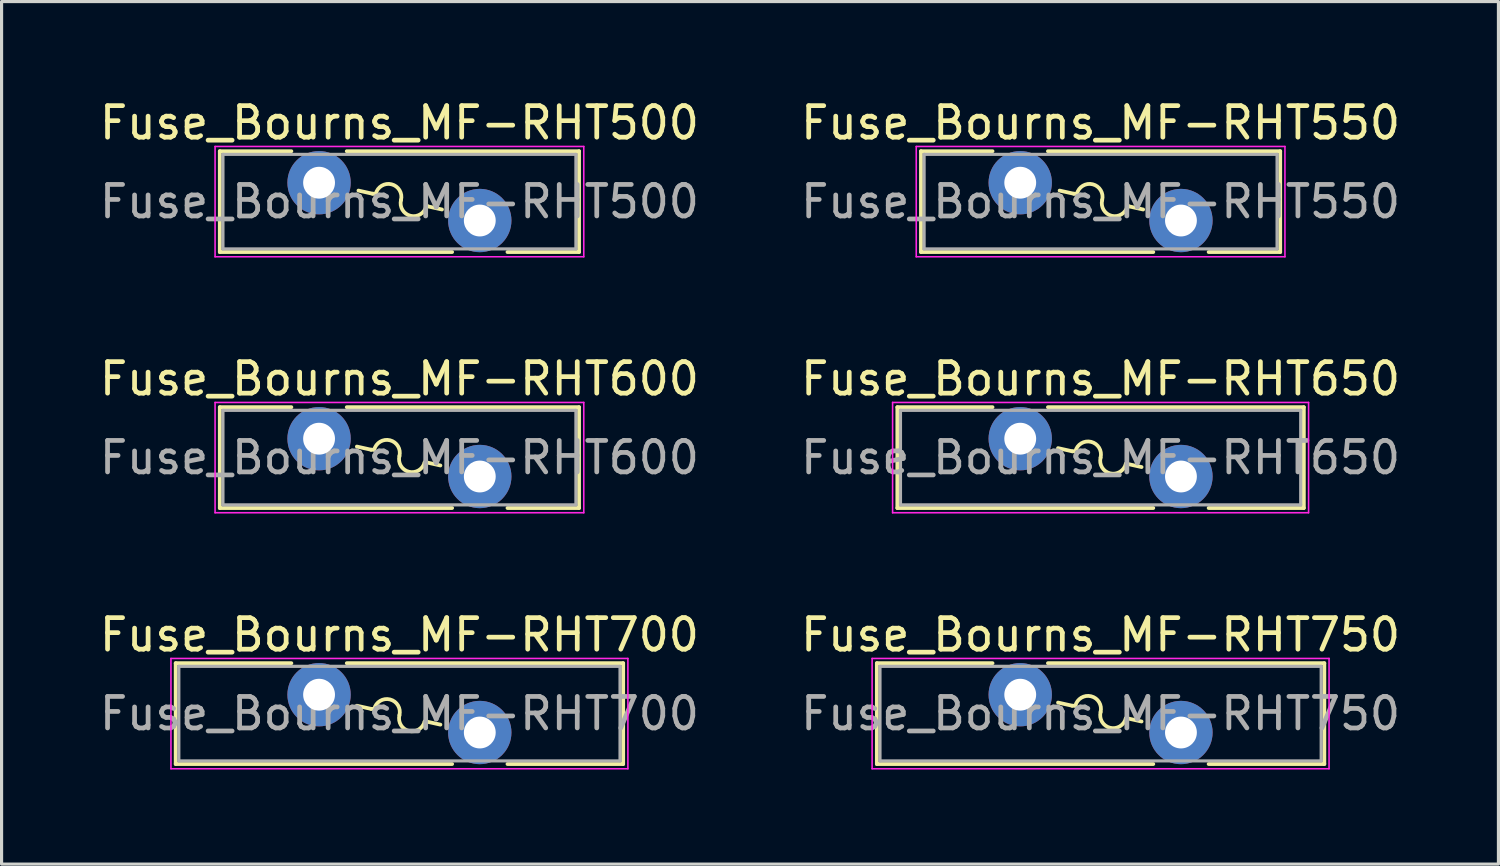
<source format=kicad_pcb>
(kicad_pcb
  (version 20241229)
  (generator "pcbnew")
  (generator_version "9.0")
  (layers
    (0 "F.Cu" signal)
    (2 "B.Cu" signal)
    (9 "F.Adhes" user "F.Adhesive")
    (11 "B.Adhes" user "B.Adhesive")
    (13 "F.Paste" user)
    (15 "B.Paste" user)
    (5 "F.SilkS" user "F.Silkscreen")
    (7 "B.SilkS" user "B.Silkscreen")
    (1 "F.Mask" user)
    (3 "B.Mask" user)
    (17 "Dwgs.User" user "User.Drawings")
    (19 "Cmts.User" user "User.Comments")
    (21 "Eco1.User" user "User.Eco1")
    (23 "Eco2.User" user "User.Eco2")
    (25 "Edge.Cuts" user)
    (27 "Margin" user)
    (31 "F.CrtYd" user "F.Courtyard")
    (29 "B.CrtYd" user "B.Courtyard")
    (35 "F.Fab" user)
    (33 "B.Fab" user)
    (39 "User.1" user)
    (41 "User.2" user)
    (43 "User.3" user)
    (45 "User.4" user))
  (footprint "Fuse_Bourns_MF-RHT750"
    (layer "F.Cu")
    (at 29.325 18.995)
    (property "Reference" "Fuse_Bourns_MF-RHT750" (at 2.55 -1.9 0) (layer "F.SilkS") (effects (font (size 1 1) (thickness 0.15))))
    (fp_line (start -4.55 -1) (end -4.55 2.2) (stroke (width 0.12) (type solid)) (layer "F.SilkS"))
    (fp_line (start -4.55 -1) (end -0.879 -1) (stroke (width 0.12) (type solid)) (layer "F.SilkS"))
    (fp_line (start -4.55 2.2) (end 4.222 2.2) (stroke (width 0.12) (type solid)) (layer "F.SilkS"))
    (fp_line (start 0.879 -1) (end 9.65 -1) (stroke (width 0.12) (type solid)) (layer "F.SilkS"))
    (fp_line (start 1.2 0.25) (end 1.65 0.35) (stroke (width 0.12) (type solid)) (layer "F.SilkS"))
    (fp_line (start 1.75 0.35) (end 1.65 0.35) (stroke (width 0.12) (type solid)) (layer "F.SilkS"))
    (fp_line (start 3.35 0.75) (end 3.4 0.75) (stroke (width 0.12) (type solid)) (layer "F.SilkS"))
    (fp_line (start 3.4 0.75) (end 3.85 0.85) (stroke (width 0.12) (type solid)) (layer "F.SilkS"))
    (fp_line (start 5.979 2.2) (end 9.65 2.2) (stroke (width 0.12) (type solid)) (layer "F.SilkS"))
    (fp_line (start 9.65 -1) (end 9.65 2.2) (stroke (width 0.12) (type solid)) (layer "F.SilkS"))
    (fp_arc (start 1.750001 0.350001) (mid 2.249999 0.050001) (end 2.549999 0.549999) (stroke (width 0.12) (type solid)) (layer "F.SilkS"))
    (fp_arc (start 3.349999 0.749999) (mid 2.850001 1.049999) (end 2.550001 0.550001) (stroke (width 0.12) (type solid)) (layer "F.SilkS"))
    (fp_line (start -4.7 -1.15) (end -4.7 2.35) (stroke (width 0.05) (type solid)) (layer "F.CrtYd"))
    (fp_line (start -4.7 2.35) (end 9.8 2.35) (stroke (width 0.05) (type solid)) (layer "F.CrtYd"))
    (fp_line (start 9.8 -1.15) (end -4.7 -1.15) (stroke (width 0.05) (type solid)) (layer "F.CrtYd"))
    (fp_line (start 9.8 2.35) (end 9.8 -1.15) (stroke (width 0.05) (type solid)) (layer "F.CrtYd"))
    (fp_line (start -4.45 -0.9) (end -4.45 2.1) (stroke (width 0.1) (type solid)) (layer "F.Fab"))
    (fp_line (start -4.45 2.1) (end 9.55 2.1) (stroke (width 0.1) (type solid)) (layer "F.Fab"))
    (fp_line (start 9.55 -0.9) (end -4.45 -0.9) (stroke (width 0.1) (type solid)) (layer "F.Fab"))
    (fp_line (start 9.55 2.1) (end 9.55 -0.9) (stroke (width 0.1) (type solid)) (layer "F.Fab"))
    (fp_text user "${REFERENCE}" (at 2.55 0.6 0) (layer "F.Fab") (effects (font (size 1 1) (thickness 0.15))))
    (pad "1" thru_hole circle (at 0 0) (size 2.01 2.01) (drill 1.01) (layers "*.Cu" "*.Mask"))
    (pad "2" thru_hole circle (at 5.1 1.2) (size 2.01 2.01) (drill 1.01) (layers "*.Cu" "*.Mask")))
  (footprint "Fuse_Bourns_MF-RHT500"
    (layer "F.Cu")
    (at 7.075 2.748)
    (property "Reference" "Fuse_Bourns_MF-RHT500" (at 2.55 -1.9 0) (layer "F.SilkS") (effects (font (size 1 1) (thickness 0.15))))
    (fp_line (start -3.15 -1) (end -3.15 2.2) (stroke (width 0.12) (type solid)) (layer "F.SilkS"))
    (fp_line (start -3.15 -1) (end -0.879 -1) (stroke (width 0.12) (type solid)) (layer "F.SilkS"))
    (fp_line (start -3.15 2.2) (end 4.222 2.2) (stroke (width 0.12) (type solid)) (layer "F.SilkS"))
    (fp_line (start 0.879 -1) (end 8.25 -1) (stroke (width 0.12) (type solid)) (layer "F.SilkS"))
    (fp_line (start 1.25 0.25) (end 1.7 0.35) (stroke (width 0.12) (type solid)) (layer "F.SilkS"))
    (fp_line (start 1.8 0.35) (end 1.7 0.35) (stroke (width 0.12) (type solid)) (layer "F.SilkS"))
    (fp_line (start 3.4 0.75) (end 3.45 0.75) (stroke (width 0.12) (type solid)) (layer "F.SilkS"))
    (fp_line (start 3.45 0.75) (end 3.9 0.85) (stroke (width 0.12) (type solid)) (layer "F.SilkS"))
    (fp_line (start 5.979 2.2) (end 8.25 2.2) (stroke (width 0.12) (type solid)) (layer "F.SilkS"))
    (fp_line (start 8.25 -1) (end 8.25 2.2) (stroke (width 0.12) (type solid)) (layer "F.SilkS"))
    (fp_arc (start 1.800001 0.350001) (mid 2.299999 0.050001) (end 2.599999 0.549999) (stroke (width 0.12) (type solid)) (layer "F.SilkS"))
    (fp_arc (start 3.399999 0.749999) (mid 2.900001 1.049999) (end 2.600001 0.550001) (stroke (width 0.12) (type solid)) (layer "F.SilkS"))
    (fp_line (start -3.3 -1.15) (end -3.3 2.35) (stroke (width 0.05) (type solid)) (layer "F.CrtYd"))
    (fp_line (start -3.3 2.35) (end 8.4 2.35) (stroke (width 0.05) (type solid)) (layer "F.CrtYd"))
    (fp_line (start 8.4 -1.15) (end -3.3 -1.15) (stroke (width 0.05) (type solid)) (layer "F.CrtYd"))
    (fp_line (start 8.4 2.35) (end 8.4 -1.15) (stroke (width 0.05) (type solid)) (layer "F.CrtYd"))
    (fp_line (start -3.05 -0.9) (end -3.05 2.1) (stroke (width 0.1) (type solid)) (layer "F.Fab"))
    (fp_line (start -3.05 2.1) (end 8.15 2.1) (stroke (width 0.1) (type solid)) (layer "F.Fab"))
    (fp_line (start 8.15 -0.9) (end -3.05 -0.9) (stroke (width 0.1) (type solid)) (layer "F.Fab"))
    (fp_line (start 8.15 2.1) (end 8.15 -0.9) (stroke (width 0.1) (type solid)) (layer "F.Fab"))
    (fp_text user "${REFERENCE}" (at 2.55 0.6 0) (layer "F.Fab") (effects (font (size 1 1) (thickness 0.15))))
    (pad "1" thru_hole circle (at 0 0) (size 2.01 2.01) (drill 1.01) (layers "*.Cu" "*.Mask"))
    (pad "2" thru_hole circle (at 5.1 1.2) (size 2.01 2.01) (drill 1.01) (layers "*.Cu" "*.Mask")))
  (footprint "Fuse_Bourns_MF-RHT550"
    (layer "F.Cu")
    (at 29.325 2.748)
    (property "Reference" "Fuse_Bourns_MF-RHT550" (at 2.55 -1.9 0) (layer "F.SilkS") (effects (font (size 1 1) (thickness 0.15))))
    (fp_line (start -3.15 -1) (end -3.15 2.2) (stroke (width 0.12) (type solid)) (layer "F.SilkS"))
    (fp_line (start -3.15 -1) (end -0.879 -1) (stroke (width 0.12) (type solid)) (layer "F.SilkS"))
    (fp_line (start -3.15 2.2) (end 4.222 2.2) (stroke (width 0.12) (type solid)) (layer "F.SilkS"))
    (fp_line (start 0.879 -1) (end 8.25 -1) (stroke (width 0.12) (type solid)) (layer "F.SilkS"))
    (fp_line (start 1.25 0.25) (end 1.7 0.35) (stroke (width 0.12) (type solid)) (layer "F.SilkS"))
    (fp_line (start 1.8 0.35) (end 1.7 0.35) (stroke (width 0.12) (type solid)) (layer "F.SilkS"))
    (fp_line (start 3.4 0.75) (end 3.45 0.75) (stroke (width 0.12) (type solid)) (layer "F.SilkS"))
    (fp_line (start 3.45 0.75) (end 3.9 0.85) (stroke (width 0.12) (type solid)) (layer "F.SilkS"))
    (fp_line (start 5.979 2.2) (end 8.25 2.2) (stroke (width 0.12) (type solid)) (layer "F.SilkS"))
    (fp_line (start 8.25 -1) (end 8.25 2.2) (stroke (width 0.12) (type solid)) (layer "F.SilkS"))
    (fp_arc (start 1.800001 0.350001) (mid 2.299999 0.050001) (end 2.599999 0.549999) (stroke (width 0.12) (type solid)) (layer "F.SilkS"))
    (fp_arc (start 3.399999 0.749999) (mid 2.900001 1.049999) (end 2.600001 0.550001) (stroke (width 0.12) (type solid)) (layer "F.SilkS"))
    (fp_line (start -3.3 -1.15) (end -3.3 2.35) (stroke (width 0.05) (type solid)) (layer "F.CrtYd"))
    (fp_line (start -3.3 2.35) (end 8.4 2.35) (stroke (width 0.05) (type solid)) (layer "F.CrtYd"))
    (fp_line (start 8.4 -1.15) (end -3.3 -1.15) (stroke (width 0.05) (type solid)) (layer "F.CrtYd"))
    (fp_line (start 8.4 2.35) (end 8.4 -1.15) (stroke (width 0.05) (type solid)) (layer "F.CrtYd"))
    (fp_line (start -3.05 -0.9) (end -3.05 2.1) (stroke (width 0.1) (type solid)) (layer "F.Fab"))
    (fp_line (start -3.05 2.1) (end 8.15 2.1) (stroke (width 0.1) (type solid)) (layer "F.Fab"))
    (fp_line (start 8.15 -0.9) (end -3.05 -0.9) (stroke (width 0.1) (type solid)) (layer "F.Fab"))
    (fp_line (start 8.15 2.1) (end 8.15 -0.9) (stroke (width 0.1) (type solid)) (layer "F.Fab"))
    (fp_text user "${REFERENCE}" (at 2.55 0.6 0) (layer "F.Fab") (effects (font (size 1 1) (thickness 0.15))))
    (pad "1" thru_hole circle (at 0 0) (size 2.01 2.01) (drill 1.01) (layers "*.Cu" "*.Mask"))
    (pad "2" thru_hole circle (at 5.1 1.2) (size 2.01 2.01) (drill 1.01) (layers "*.Cu" "*.Mask")))
  (footprint "Fuse_Bourns_MF-RHT650"
    (layer "F.Cu")
    (at 29.325 10.871)
    (property "Reference" "Fuse_Bourns_MF-RHT650" (at 2.55 -1.9 0) (layer "F.SilkS") (effects (font (size 1 1) (thickness 0.15))))
    (fp_line (start -3.9 -1) (end -3.9 2.2) (stroke (width 0.12) (type solid)) (layer "F.SilkS"))
    (fp_line (start -3.9 -1) (end -0.879 -1) (stroke (width 0.12) (type solid)) (layer "F.SilkS"))
    (fp_line (start -3.9 2.2) (end 4.222 2.2) (stroke (width 0.12) (type solid)) (layer "F.SilkS"))
    (fp_line (start 0.879 -1) (end 9 -1) (stroke (width 0.12) (type solid)) (layer "F.SilkS"))
    (fp_line (start 1.2 0.3) (end 1.65 0.4) (stroke (width 0.12) (type solid)) (layer "F.SilkS"))
    (fp_line (start 1.75 0.4) (end 1.65 0.4) (stroke (width 0.12) (type solid)) (layer "F.SilkS"))
    (fp_line (start 3.35 0.8) (end 3.4 0.8) (stroke (width 0.12) (type solid)) (layer "F.SilkS"))
    (fp_line (start 3.4 0.8) (end 3.85 0.9) (stroke (width 0.12) (type solid)) (layer "F.SilkS"))
    (fp_line (start 5.979 2.2) (end 9 2.2) (stroke (width 0.12) (type solid)) (layer "F.SilkS"))
    (fp_line (start 9 -1) (end 9 2.2) (stroke (width 0.12) (type solid)) (layer "F.SilkS"))
    (fp_arc (start 1.750001 0.400001) (mid 2.249999 0.100001) (end 2.549999 0.599999) (stroke (width 0.12) (type solid)) (layer "F.SilkS"))
    (fp_arc (start 3.349999 0.799999) (mid 2.850001 1.099999) (end 2.550001 0.600001) (stroke (width 0.12) (type solid)) (layer "F.SilkS"))
    (fp_line (start -4.05 -1.15) (end -4.05 2.35) (stroke (width 0.05) (type solid)) (layer "F.CrtYd"))
    (fp_line (start -4.05 2.35) (end 9.15 2.35) (stroke (width 0.05) (type solid)) (layer "F.CrtYd"))
    (fp_line (start 9.15 -1.15) (end -4.05 -1.15) (stroke (width 0.05) (type solid)) (layer "F.CrtYd"))
    (fp_line (start 9.15 2.35) (end 9.15 -1.15) (stroke (width 0.05) (type solid)) (layer "F.CrtYd"))
    (fp_line (start -3.8 -0.9) (end -3.8 2.1) (stroke (width 0.1) (type solid)) (layer "F.Fab"))
    (fp_line (start -3.8 2.1) (end 8.9 2.1) (stroke (width 0.1) (type solid)) (layer "F.Fab"))
    (fp_line (start 8.9 -0.9) (end -3.8 -0.9) (stroke (width 0.1) (type solid)) (layer "F.Fab"))
    (fp_line (start 8.9 2.1) (end 8.9 -0.9) (stroke (width 0.1) (type solid)) (layer "F.Fab"))
    (fp_text user "${REFERENCE}" (at 2.55 0.6 0) (layer "F.Fab") (effects (font (size 1 1) (thickness 0.15))))
    (pad "1" thru_hole circle (at 0 0) (size 2.01 2.01) (drill 1.01) (layers "*.Cu" "*.Mask"))
    (pad "2" thru_hole circle (at 5.1 1.2) (size 2.01 2.01) (drill 1.01) (layers "*.Cu" "*.Mask")))
  (footprint "Fuse_Bourns_MF-RHT700"
    (layer "F.Cu")
    (at 7.075 18.995)
    (property "Reference" "Fuse_Bourns_MF-RHT700" (at 2.55 -1.9 0) (layer "F.SilkS") (effects (font (size 1 1) (thickness 0.15))))
    (fp_line (start -4.55 -1) (end -4.55 2.2) (stroke (width 0.12) (type solid)) (layer "F.SilkS"))
    (fp_line (start -4.55 -1) (end -0.879 -1) (stroke (width 0.12) (type solid)) (layer "F.SilkS"))
    (fp_line (start -4.55 2.2) (end 4.222 2.2) (stroke (width 0.12) (type solid)) (layer "F.SilkS"))
    (fp_line (start 0.879 -1) (end 9.65 -1) (stroke (width 0.12) (type solid)) (layer "F.SilkS"))
    (fp_line (start 1.2 0.35) (end 1.65 0.45) (stroke (width 0.12) (type solid)) (layer "F.SilkS"))
    (fp_line (start 1.75 0.45) (end 1.65 0.45) (stroke (width 0.12) (type solid)) (layer "F.SilkS"))
    (fp_line (start 3.35 0.85) (end 3.4 0.85) (stroke (width 0.12) (type solid)) (layer "F.SilkS"))
    (fp_line (start 3.4 0.85) (end 3.85 0.95) (stroke (width 0.12) (type solid)) (layer "F.SilkS"))
    (fp_line (start 5.979 2.2) (end 9.65 2.2) (stroke (width 0.12) (type solid)) (layer "F.SilkS"))
    (fp_line (start 9.65 -1) (end 9.65 2.2) (stroke (width 0.12) (type solid)) (layer "F.SilkS"))
    (fp_arc (start 1.750001 0.450001) (mid 2.249999 0.150001) (end 2.549999 0.649999) (stroke (width 0.12) (type solid)) (layer "F.SilkS"))
    (fp_arc (start 3.349999 0.849999) (mid 2.850001 1.149999) (end 2.550001 0.650001) (stroke (width 0.12) (type solid)) (layer "F.SilkS"))
    (fp_line (start -4.7 -1.15) (end -4.7 2.35) (stroke (width 0.05) (type solid)) (layer "F.CrtYd"))
    (fp_line (start -4.7 2.35) (end 9.8 2.35) (stroke (width 0.05) (type solid)) (layer "F.CrtYd"))
    (fp_line (start 9.8 -1.15) (end -4.7 -1.15) (stroke (width 0.05) (type solid)) (layer "F.CrtYd"))
    (fp_line (start 9.8 2.35) (end 9.8 -1.15) (stroke (width 0.05) (type solid)) (layer "F.CrtYd"))
    (fp_line (start -4.45 -0.9) (end -4.45 2.1) (stroke (width 0.1) (type solid)) (layer "F.Fab"))
    (fp_line (start -4.45 2.1) (end 9.55 2.1) (stroke (width 0.1) (type solid)) (layer "F.Fab"))
    (fp_line (start 9.55 -0.9) (end -4.45 -0.9) (stroke (width 0.1) (type solid)) (layer "F.Fab"))
    (fp_line (start 9.55 2.1) (end 9.55 -0.9) (stroke (width 0.1) (type solid)) (layer "F.Fab"))
    (fp_text user "${REFERENCE}" (at 2.55 0.6 0) (layer "F.Fab") (effects (font (size 1 1) (thickness 0.15))))
    (pad "1" thru_hole circle (at 0 0) (size 2.01 2.01) (drill 1.01) (layers "*.Cu" "*.Mask"))
    (pad "2" thru_hole circle (at 5.1 1.2) (size 2.01 2.01) (drill 1.01) (layers "*.Cu" "*.Mask")))
  (footprint "Fuse_Bourns_MF-RHT600"
    (layer "F.Cu")
    (at 7.075 10.871)
    (property "Reference" "Fuse_Bourns_MF-RHT600" (at 2.55 -1.9 0) (layer "F.SilkS") (effects (font (size 1 1) (thickness 0.15))))
    (fp_line (start -3.15 -1) (end -3.15 2.2) (stroke (width 0.12) (type solid)) (layer "F.SilkS"))
    (fp_line (start -3.15 -1) (end -0.879 -1) (stroke (width 0.12) (type solid)) (layer "F.SilkS"))
    (fp_line (start -3.15 2.2) (end 4.222 2.2) (stroke (width 0.12) (type solid)) (layer "F.SilkS"))
    (fp_line (start 0.879 -1) (end 8.25 -1) (stroke (width 0.12) (type solid)) (layer "F.SilkS"))
    (fp_line (start 1.2 0.25) (end 1.65 0.35) (stroke (width 0.12) (type solid)) (layer "F.SilkS"))
    (fp_line (start 1.75 0.35) (end 1.65 0.35) (stroke (width 0.12) (type solid)) (layer "F.SilkS"))
    (fp_line (start 3.35 0.75) (end 3.4 0.75) (stroke (width 0.12) (type solid)) (layer "F.SilkS"))
    (fp_line (start 3.4 0.75) (end 3.85 0.85) (stroke (width 0.12) (type solid)) (layer "F.SilkS"))
    (fp_line (start 5.979 2.2) (end 8.25 2.2) (stroke (width 0.12) (type solid)) (layer "F.SilkS"))
    (fp_line (start 8.25 -1) (end 8.25 2.2) (stroke (width 0.12) (type solid)) (layer "F.SilkS"))
    (fp_arc (start 1.750001 0.350001) (mid 2.249999 0.050001) (end 2.549999 0.549999) (stroke (width 0.12) (type solid)) (layer "F.SilkS"))
    (fp_arc (start 3.349999 0.749999) (mid 2.850001 1.049999) (end 2.550001 0.550001) (stroke (width 0.12) (type solid)) (layer "F.SilkS"))
    (fp_line (start -3.3 -1.15) (end -3.3 2.35) (stroke (width 0.05) (type solid)) (layer "F.CrtYd"))
    (fp_line (start -3.3 2.35) (end 8.4 2.35) (stroke (width 0.05) (type solid)) (layer "F.CrtYd"))
    (fp_line (start 8.4 -1.15) (end -3.3 -1.15) (stroke (width 0.05) (type solid)) (layer "F.CrtYd"))
    (fp_line (start 8.4 2.35) (end 8.4 -1.15) (stroke (width 0.05) (type solid)) (layer "F.CrtYd"))
    (fp_line (start -3.05 -0.9) (end -3.05 2.1) (stroke (width 0.1) (type solid)) (layer "F.Fab"))
    (fp_line (start -3.05 2.1) (end 8.15 2.1) (stroke (width 0.1) (type solid)) (layer "F.Fab"))
    (fp_line (start 8.15 -0.9) (end -3.05 -0.9) (stroke (width 0.1) (type solid)) (layer "F.Fab"))
    (fp_line (start 8.15 2.1) (end 8.15 -0.9) (stroke (width 0.1) (type solid)) (layer "F.Fab"))
    (fp_text user "${REFERENCE}" (at 2.55 0.6 0) (layer "F.Fab") (effects (font (size 1 1) (thickness 0.15))))
    (pad "1" thru_hole circle (at 0 0) (size 2.01 2.01) (drill 1.01) (layers "*.Cu" "*.Mask"))
    (pad "2" thru_hole circle (at 5.1 1.2) (size 2.01 2.01) (drill 1.01) (layers "*.Cu" "*.Mask")))
  (gr_rect
    (start -3 -3)
    (end 44.5 24.37)
    (stroke (width 0.1) (type default))
    (fill no)
    (layer "Edge.Cuts")))
</source>
